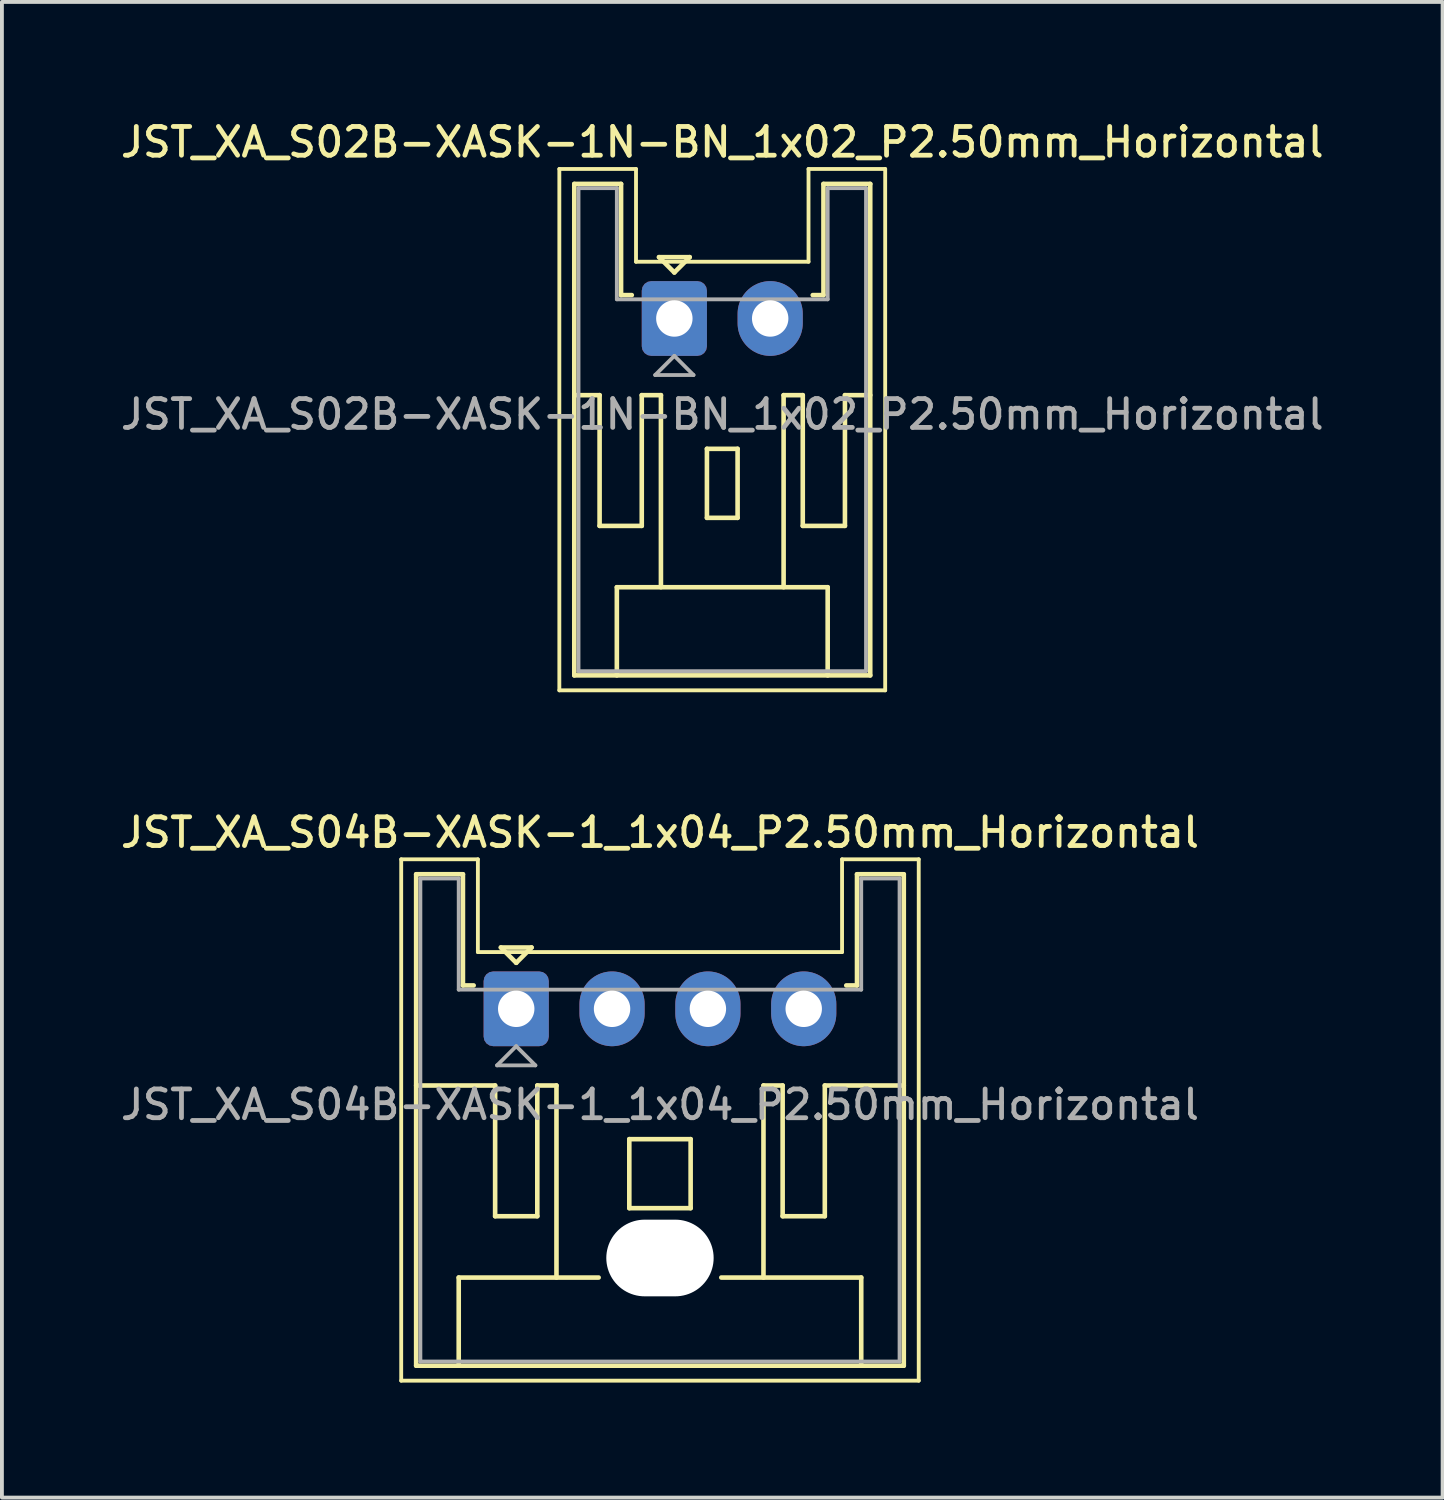
<source format=kicad_pcb>
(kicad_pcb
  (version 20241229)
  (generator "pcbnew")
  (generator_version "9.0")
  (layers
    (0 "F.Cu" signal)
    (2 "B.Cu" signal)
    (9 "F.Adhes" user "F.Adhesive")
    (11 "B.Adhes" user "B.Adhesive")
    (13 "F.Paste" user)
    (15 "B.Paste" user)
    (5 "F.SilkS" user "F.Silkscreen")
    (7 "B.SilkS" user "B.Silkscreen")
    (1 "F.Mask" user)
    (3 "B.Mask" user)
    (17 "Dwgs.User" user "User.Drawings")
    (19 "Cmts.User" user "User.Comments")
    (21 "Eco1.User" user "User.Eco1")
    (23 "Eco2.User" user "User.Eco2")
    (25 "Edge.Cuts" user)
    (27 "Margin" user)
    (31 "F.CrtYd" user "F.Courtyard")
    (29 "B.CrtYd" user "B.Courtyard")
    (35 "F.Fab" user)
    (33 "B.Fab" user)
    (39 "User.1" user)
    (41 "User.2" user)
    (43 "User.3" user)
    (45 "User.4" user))
  (footprint "JST_XA_S04B-XASK-1_1x04_P2.50mm_Horizontal"
    (layer "F.Cu")
    (at 10.416 23.266)
    (property "Reference" "JST_XA_S04B-XASK-1_1x04_P2.50mm_Horizontal" (at 3.75 -4.6 0) (layer "F.SilkS") (effects (font (size 0.75 0.75) (thickness 0.125))))
    (attr through_hole)
    (fp_line (start -3 -3.9) (end -3 9.7) (stroke (width 0.1) (type solid)) (layer "F.SilkS"))
    (fp_line (start -3 9.7) (end 10.5 9.7) (stroke (width 0.1) (type solid)) (layer "F.SilkS"))
    (fp_line (start -2.61 -3.51) (end -2.61 9.31) (stroke (width 0.12) (type solid)) (layer "F.SilkS"))
    (fp_line (start -2.61 9.31) (end 10.11 9.31) (stroke (width 0.12) (type solid)) (layer "F.SilkS"))
    (fp_line (start -1.5 7.01) (end 2.15 7.01) (stroke (width 0.12) (type solid)) (layer "F.SilkS"))
    (fp_line (start -1.5 9.31) (end -1.5 7.01) (stroke (width 0.12) (type solid)) (layer "F.SilkS"))
    (fp_line (start -1.39 -3.51) (end -2.61 -3.51) (stroke (width 0.12) (type solid)) (layer "F.SilkS"))
    (fp_line (start -1.39 -0.61) (end -1.39 -3.51) (stroke (width 0.12) (type solid)) (layer "F.SilkS"))
    (fp_line (start -1.11 -0.61) (end -1.39 -0.61) (stroke (width 0.12) (type solid)) (layer "F.SilkS"))
    (fp_line (start -1 -3.9) (end -3 -3.9) (stroke (width 0.1) (type solid)) (layer "F.SilkS"))
    (fp_line (start -1 -1.48) (end -1 -3.9) (stroke (width 0.1) (type solid)) (layer "F.SilkS"))
    (fp_line (start -0.55 2) (end -2.61 2) (stroke (width 0.12) (type solid)) (layer "F.SilkS"))
    (fp_line (start -0.55 5.41) (end -0.55 2) (stroke (width 0.12) (type solid)) (layer "F.SilkS"))
    (fp_line (start -0.4 -1.6) (end 0.4 -1.6) (stroke (width 0.12) (type solid)) (layer "F.SilkS"))
    (fp_line (start 0 -1.2) (end -0.4 -1.6) (stroke (width 0.12) (type solid)) (layer "F.SilkS"))
    (fp_line (start 0.4 -1.6) (end 0 -1.2) (stroke (width 0.12) (type solid)) (layer "F.SilkS"))
    (fp_line (start 0.55 2) (end 0.55 5.41) (stroke (width 0.12) (type solid)) (layer "F.SilkS"))
    (fp_line (start 0.55 5.41) (end -0.55 5.41) (stroke (width 0.12) (type solid)) (layer "F.SilkS"))
    (fp_line (start 1.05 2) (end 0.55 2) (stroke (width 0.12) (type solid)) (layer "F.SilkS"))
    (fp_line (start 1.05 7.01) (end 1.05 2) (stroke (width 0.12) (type solid)) (layer "F.SilkS"))
    (fp_line (start 2.95 3.4) (end 4.55 3.4) (stroke (width 0.12) (type solid)) (layer "F.SilkS"))
    (fp_line (start 2.95 5.2) (end 2.95 3.4) (stroke (width 0.12) (type solid)) (layer "F.SilkS"))
    (fp_line (start 4.55 3.4) (end 4.55 5.2) (stroke (width 0.12) (type solid)) (layer "F.SilkS"))
    (fp_line (start 4.55 5.2) (end 2.95 5.2) (stroke (width 0.12) (type solid)) (layer "F.SilkS"))
    (fp_line (start 5.35 7.01) (end 9 7.01) (stroke (width 0.12) (type solid)) (layer "F.SilkS"))
    (fp_line (start 6.45 2) (end 6.95 2) (stroke (width 0.12) (type solid)) (layer "F.SilkS"))
    (fp_line (start 6.45 7.01) (end 6.45 2) (stroke (width 0.12) (type solid)) (layer "F.SilkS"))
    (fp_line (start 6.95 2) (end 6.95 5.41) (stroke (width 0.12) (type solid)) (layer "F.SilkS"))
    (fp_line (start 6.95 5.41) (end 8.05 5.41) (stroke (width 0.12) (type solid)) (layer "F.SilkS"))
    (fp_line (start 8.05 2) (end 10.11 2) (stroke (width 0.12) (type solid)) (layer "F.SilkS"))
    (fp_line (start 8.05 5.41) (end 8.05 2) (stroke (width 0.12) (type solid)) (layer "F.SilkS"))
    (fp_line (start 8.5 -3.9) (end 8.5 -1.48) (stroke (width 0.1) (type solid)) (layer "F.SilkS"))
    (fp_line (start 8.5 -1.48) (end -1 -1.48) (stroke (width 0.1) (type solid)) (layer "F.SilkS"))
    (fp_line (start 8.89 -3.51) (end 8.89 -0.61) (stroke (width 0.12) (type solid)) (layer "F.SilkS"))
    (fp_line (start 8.89 -0.61) (end 8.61 -0.61) (stroke (width 0.12) (type solid)) (layer "F.SilkS"))
    (fp_line (start 9 7.01) (end 9 9.31) (stroke (width 0.12) (type solid)) (layer "F.SilkS"))
    (fp_line (start 10.11 -3.51) (end 8.89 -3.51) (stroke (width 0.12) (type solid)) (layer "F.SilkS"))
    (fp_line (start 10.11 9.31) (end 10.11 -3.51) (stroke (width 0.12) (type solid)) (layer "F.SilkS"))
    (fp_line (start 10.5 -3.9) (end 8.5 -3.9) (stroke (width 0.1) (type solid)) (layer "F.SilkS"))
    (fp_line (start 10.5 9.7) (end 10.5 -3.9) (stroke (width 0.1) (type solid)) (layer "F.SilkS"))
    (fp_line (start -2.5 -3.4) (end -2.5 9.2) (stroke (width 0.1) (type solid)) (layer "F.Fab"))
    (fp_line (start -2.5 9.2) (end 10 9.2) (stroke (width 0.1) (type solid)) (layer "F.Fab"))
    (fp_line (start -1.5 -3.4) (end -2.5 -3.4) (stroke (width 0.1) (type solid)) (layer "F.Fab"))
    (fp_line (start -1.5 -0.5) (end -1.5 -3.4) (stroke (width 0.1) (type solid)) (layer "F.Fab"))
    (fp_line (start -0.5 1.475) (end 0.5 1.475) (stroke (width 0.1) (type solid)) (layer "F.Fab"))
    (fp_line (start 0 0.975) (end -0.5 1.475) (stroke (width 0.1) (type solid)) (layer "F.Fab"))
    (fp_line (start 0.5 1.475) (end 0 0.975) (stroke (width 0.1) (type solid)) (layer "F.Fab"))
    (fp_line (start 9 -3.4) (end 9 -0.5) (stroke (width 0.1) (type solid)) (layer "F.Fab"))
    (fp_line (start 9 -0.5) (end -1.5 -0.5) (stroke (width 0.1) (type solid)) (layer "F.Fab"))
    (fp_line (start 10 -3.4) (end 9 -3.4) (stroke (width 0.1) (type solid)) (layer "F.Fab"))
    (fp_line (start 10 9.2) (end 10 -3.4) (stroke (width 0.1) (type solid)) (layer "F.Fab"))
    (fp_text user "${REFERENCE}" (at 3.75 2.5 0) (layer "F.Fab") (effects (font (size 0.75 0.75) (thickness 0.125))))
    (pad "" np_thru_hole oval (at 3.75 6.5) (size 2.8 2) (drill oval 2.8 2) (layers "*.Cu" "*.Mask"))
    (pad "1" thru_hole roundrect (at 0 0) (size 1.7 1.95) (drill 0.95) (layers "*.Cu" "*.Mask") (roundrect_rratio 0.147))
    (pad "2" thru_hole oval (at 2.5 0) (size 1.7 1.95) (drill 0.95) (layers "*.Cu" "*.Mask"))
    (pad "3" thru_hole oval (at 5 0) (size 1.7 1.95) (drill 0.95) (layers "*.Cu" "*.Mask"))
    (pad "4" thru_hole oval (at 7.5 0) (size 1.7 1.95) (drill 0.95) (layers "*.Cu" "*.Mask")))
  (footprint "JST_XA_S02B-XASK-1N-BN_1x02_P2.50mm_Horizontal"
    (layer "F.Cu")
    (at 14.541 5.258)
    (property "Reference" "JST_XA_S02B-XASK-1N-BN_1x02_P2.50mm_Horizontal" (at 1.25 -4.6 0) (layer "F.SilkS") (effects (font (size 0.75 0.75) (thickness 0.125))))
    (attr through_hole)
    (fp_line (start -3 -3.9) (end -3 9.7) (stroke (width 0.1) (type solid)) (layer "F.SilkS"))
    (fp_line (start -3 9.7) (end 5.5 9.7) (stroke (width 0.1) (type solid)) (layer "F.SilkS"))
    (fp_line (start -2.61 -3.51) (end -2.61 9.31) (stroke (width 0.12) (type solid)) (layer "F.SilkS"))
    (fp_line (start -2.61 9.31) (end 5.11 9.31) (stroke (width 0.12) (type solid)) (layer "F.SilkS"))
    (fp_line (start -1.95 2) (end -2.61 2) (stroke (width 0.12) (type solid)) (layer "F.SilkS"))
    (fp_line (start -1.95 5.41) (end -1.95 2) (stroke (width 0.12) (type solid)) (layer "F.SilkS"))
    (fp_line (start -1.5 7.01) (end 4 7.01) (stroke (width 0.12) (type solid)) (layer "F.SilkS"))
    (fp_line (start -1.5 9.31) (end -1.5 7.01) (stroke (width 0.12) (type solid)) (layer "F.SilkS"))
    (fp_line (start -1.39 -3.51) (end -2.61 -3.51) (stroke (width 0.12) (type solid)) (layer "F.SilkS"))
    (fp_line (start -1.39 -0.61) (end -1.39 -3.51) (stroke (width 0.12) (type solid)) (layer "F.SilkS"))
    (fp_line (start -1.11 -0.61) (end -1.39 -0.61) (stroke (width 0.12) (type solid)) (layer "F.SilkS"))
    (fp_line (start -1 -3.9) (end -3 -3.9) (stroke (width 0.1) (type solid)) (layer "F.SilkS"))
    (fp_line (start -1 -1.48) (end -1 -3.9) (stroke (width 0.1) (type solid)) (layer "F.SilkS"))
    (fp_line (start -0.85 2) (end -0.85 5.41) (stroke (width 0.12) (type solid)) (layer "F.SilkS"))
    (fp_line (start -0.85 5.41) (end -1.95 5.41) (stroke (width 0.12) (type solid)) (layer "F.SilkS"))
    (fp_line (start -0.4 -1.6) (end 0.4 -1.6) (stroke (width 0.12) (type solid)) (layer "F.SilkS"))
    (fp_line (start -0.35 2) (end -0.85 2) (stroke (width 0.12) (type solid)) (layer "F.SilkS"))
    (fp_line (start -0.35 7.01) (end -0.35 2) (stroke (width 0.12) (type solid)) (layer "F.SilkS"))
    (fp_line (start 0 -1.2) (end -0.4 -1.6) (stroke (width 0.12) (type solid)) (layer "F.SilkS"))
    (fp_line (start 0.4 -1.6) (end 0 -1.2) (stroke (width 0.12) (type solid)) (layer "F.SilkS"))
    (fp_line (start 0.85 3.4) (end 1.65 3.4) (stroke (width 0.12) (type solid)) (layer "F.SilkS"))
    (fp_line (start 0.85 5.2) (end 0.85 3.4) (stroke (width 0.12) (type solid)) (layer "F.SilkS"))
    (fp_line (start 1.65 3.4) (end 1.65 5.2) (stroke (width 0.12) (type solid)) (layer "F.SilkS"))
    (fp_line (start 1.65 5.2) (end 0.85 5.2) (stroke (width 0.12) (type solid)) (layer "F.SilkS"))
    (fp_line (start 2.85 2) (end 3.35 2) (stroke (width 0.12) (type solid)) (layer "F.SilkS"))
    (fp_line (start 2.85 7.01) (end 2.85 2) (stroke (width 0.12) (type solid)) (layer "F.SilkS"))
    (fp_line (start 3.35 2) (end 3.35 5.41) (stroke (width 0.12) (type solid)) (layer "F.SilkS"))
    (fp_line (start 3.35 5.41) (end 4.45 5.41) (stroke (width 0.12) (type solid)) (layer "F.SilkS"))
    (fp_line (start 3.5 -3.9) (end 3.5 -1.48) (stroke (width 0.1) (type solid)) (layer "F.SilkS"))
    (fp_line (start 3.5 -1.48) (end -1 -1.48) (stroke (width 0.1) (type solid)) (layer "F.SilkS"))
    (fp_line (start 3.89 -3.51) (end 3.89 -0.61) (stroke (width 0.12) (type solid)) (layer "F.SilkS"))
    (fp_line (start 3.89 -0.61) (end 3.61 -0.61) (stroke (width 0.12) (type solid)) (layer "F.SilkS"))
    (fp_line (start 4 7.01) (end 4 9.31) (stroke (width 0.12) (type solid)) (layer "F.SilkS"))
    (fp_line (start 4.45 2) (end 5.11 2) (stroke (width 0.12) (type solid)) (layer "F.SilkS"))
    (fp_line (start 4.45 5.41) (end 4.45 2) (stroke (width 0.12) (type solid)) (layer "F.SilkS"))
    (fp_line (start 5.11 -3.51) (end 3.89 -3.51) (stroke (width 0.12) (type solid)) (layer "F.SilkS"))
    (fp_line (start 5.11 9.31) (end 5.11 -3.51) (stroke (width 0.12) (type solid)) (layer "F.SilkS"))
    (fp_line (start 5.5 -3.9) (end 3.5 -3.9) (stroke (width 0.1) (type solid)) (layer "F.SilkS"))
    (fp_line (start 5.5 9.7) (end 5.5 -3.9) (stroke (width 0.1) (type solid)) (layer "F.SilkS"))
    (fp_line (start -2.5 -3.4) (end -2.5 9.2) (stroke (width 0.1) (type solid)) (layer "F.Fab"))
    (fp_line (start -2.5 9.2) (end 5 9.2) (stroke (width 0.1) (type solid)) (layer "F.Fab"))
    (fp_line (start -1.5 -3.4) (end -2.5 -3.4) (stroke (width 0.1) (type solid)) (layer "F.Fab"))
    (fp_line (start -1.5 -0.5) (end -1.5 -3.4) (stroke (width 0.1) (type solid)) (layer "F.Fab"))
    (fp_line (start -0.5 1.475) (end 0.5 1.475) (stroke (width 0.1) (type solid)) (layer "F.Fab"))
    (fp_line (start 0 0.975) (end -0.5 1.475) (stroke (width 0.1) (type solid)) (layer "F.Fab"))
    (fp_line (start 0.5 1.475) (end 0 0.975) (stroke (width 0.1) (type solid)) (layer "F.Fab"))
    (fp_line (start 4 -3.4) (end 4 -0.5) (stroke (width 0.1) (type solid)) (layer "F.Fab"))
    (fp_line (start 4 -0.5) (end -1.5 -0.5) (stroke (width 0.1) (type solid)) (layer "F.Fab"))
    (fp_line (start 5 -3.4) (end 4 -3.4) (stroke (width 0.1) (type solid)) (layer "F.Fab"))
    (fp_line (start 5 9.2) (end 5 -3.4) (stroke (width 0.1) (type solid)) (layer "F.Fab"))
    (fp_text user "${REFERENCE}" (at 1.25 2.5 0) (layer "F.Fab") (effects (font (size 0.75 0.75) (thickness 0.125))))
    (pad "1" thru_hole roundrect (at 0 0) (size 1.7 1.95) (drill 0.95) (layers "*.Cu" "*.Mask") (roundrect_rratio 0.147))
    (pad "2" thru_hole oval (at 2.5 0) (size 1.7 1.95) (drill 0.95) (layers "*.Cu" "*.Mask")))
  (gr_rect
    (start -3 -3)
    (end 34.582 36.016)
    (stroke (width 0.1) (type default))
    (fill no)
    (layer "Edge.Cuts")))
</source>
